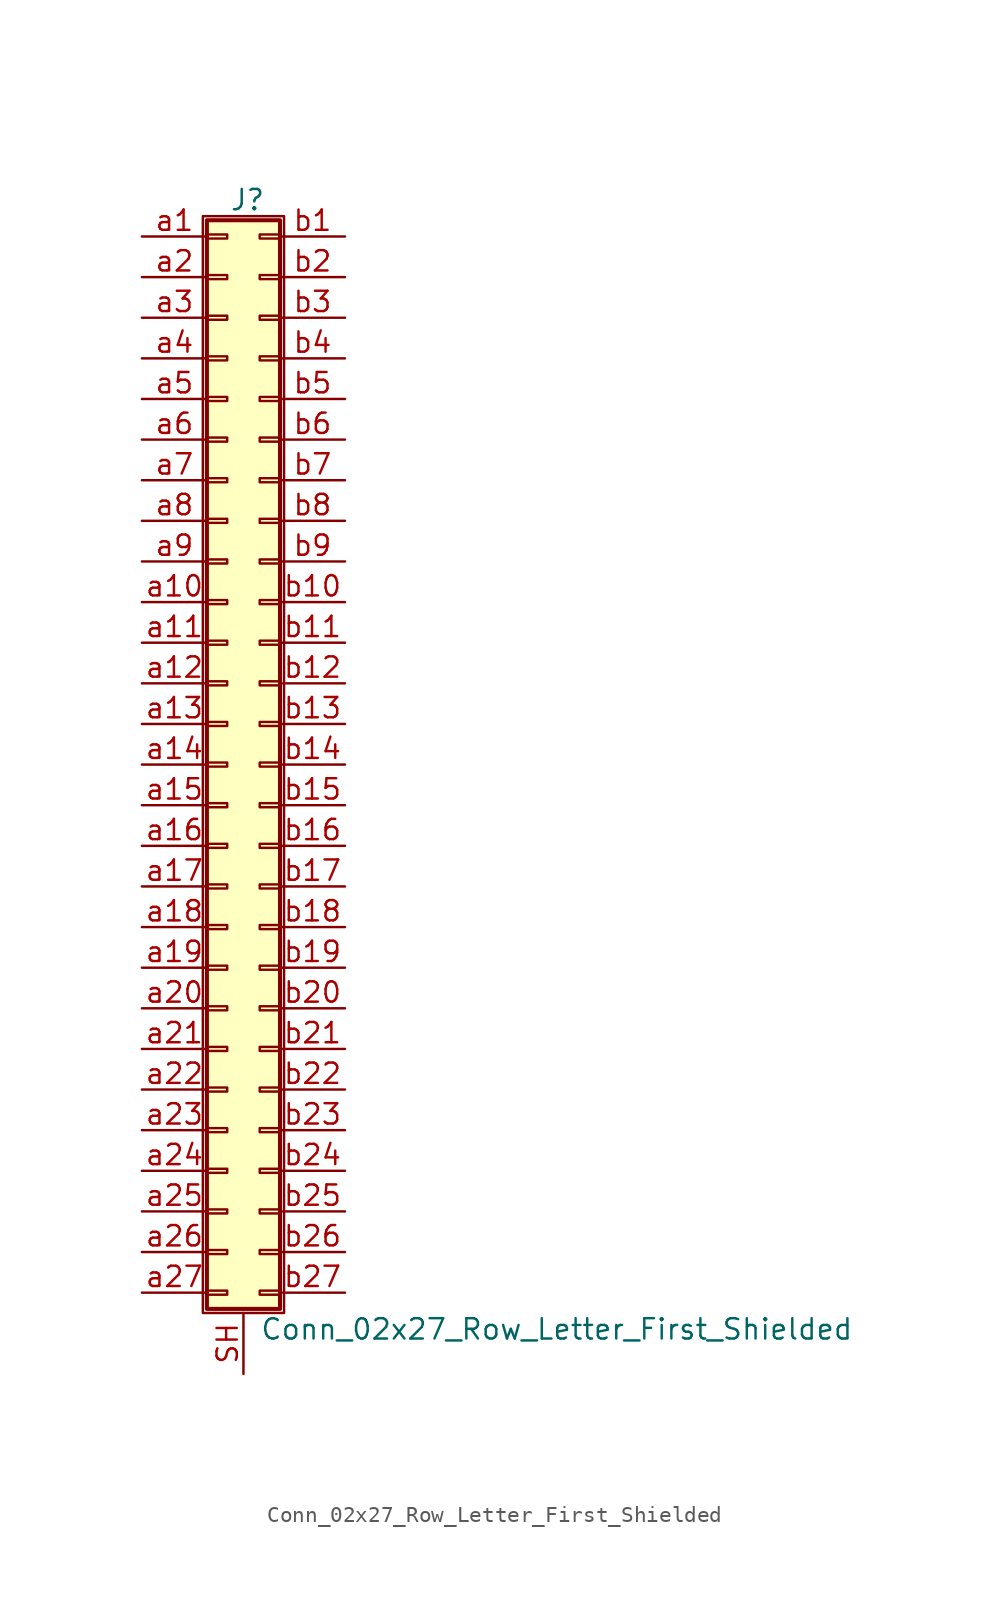
<source format=kicad_sym>
(kicad_symbol_lib
  (version 20211014)
  (generator kicad_symbol_editor)
  (symbol "Conn_02x27_Row_Letter_First_Shielded"
    (pin_names
      (offset 1.016) hide)
    (property "Reference" "J"
      (at 1.524 35.306 0)
      (effects (font (size 1.27 1.27))))
    (property "Value" "Conn_02x27_Row_Letter_First_Shielded"
      (at 2.286 -35.306 0)
      (effects (font (size 1.27 1.27)) (justify left)))
    (symbol "Conn_02x27_Row_Letter_First_Shielded_1_1"
      (rectangle (start -1.27 34.29) (end 3.81 -34.29) (stroke (width 0.152) (type default) (color 0 0 0 0)) (fill (type none)))
      (rectangle (start -1.016 -32.893) (end 0.254 -33.147) (stroke (width 0.152) (type default) (color 0 0 0 0)) (fill (type none)))
      (rectangle (start -1.016 -30.353) (end 0.254 -30.607) (stroke (width 0.152) (type default) (color 0 0 0 0)) (fill (type none)))
      (rectangle (start -1.016 -27.813) (end 0.254 -28.067) (stroke (width 0.152) (type default) (color 0 0 0 0)) (fill (type none)))
      (rectangle (start -1.016 -25.273) (end 0.254 -25.527) (stroke (width 0.152) (type default) (color 0 0 0 0)) (fill (type none)))
      (rectangle (start -1.016 -22.733) (end 0.254 -22.987) (stroke (width 0.152) (type default) (color 0 0 0 0)) (fill (type none)))
      (rectangle (start -1.016 -20.193) (end 0.254 -20.447) (stroke (width 0.152) (type default) (color 0 0 0 0)) (fill (type none)))
      (rectangle (start -1.016 -17.653) (end 0.254 -17.907) (stroke (width 0.152) (type default) (color 0 0 0 0)) (fill (type none)))
      (rectangle (start -1.016 -15.113) (end 0.254 -15.367) (stroke (width 0.152) (type default) (color 0 0 0 0)) (fill (type none)))
      (rectangle (start -1.016 -12.573) (end 0.254 -12.827) (stroke (width 0.152) (type default) (color 0 0 0 0)) (fill (type none)))
      (rectangle (start -1.016 -10.033) (end 0.254 -10.287) (stroke (width 0.152) (type default) (color 0 0 0 0)) (fill (type none)))
      (rectangle (start -1.016 -7.493) (end 0.254 -7.747) (stroke (width 0.152) (type default) (color 0 0 0 0)) (fill (type none)))
      (rectangle (start -1.016 -4.953) (end 0.254 -5.207) (stroke (width 0.152) (type default) (color 0 0 0 0)) (fill (type none)))
      (rectangle (start -1.016 -2.413) (end 0.254 -2.667) (stroke (width 0.152) (type default) (color 0 0 0 0)) (fill (type none)))
      (rectangle (start -1.016 0.127) (end 0.254 -0.127) (stroke (width 0.152) (type default) (color 0 0 0 0)) (fill (type none)))
      (rectangle (start -1.016 2.667) (end 0.254 2.413) (stroke (width 0.152) (type default) (color 0 0 0 0)) (fill (type none)))
      (rectangle (start -1.016 5.207) (end 0.254 4.953) (stroke (width 0.152) (type default) (color 0 0 0 0)) (fill (type none)))
      (rectangle (start -1.016 7.747) (end 0.254 7.493) (stroke (width 0.152) (type default) (color 0 0 0 0)) (fill (type none)))
      (rectangle (start -1.016 10.287) (end 0.254 10.033) (stroke (width 0.152) (type default) (color 0 0 0 0)) (fill (type none)))
      (rectangle (start -1.016 12.827) (end 0.254 12.573) (stroke (width 0.152) (type default) (color 0 0 0 0)) (fill (type none)))
      (rectangle (start -1.016 15.367) (end 0.254 15.113) (stroke (width 0.152) (type default) (color 0 0 0 0)) (fill (type none)))
      (rectangle (start -1.016 17.907) (end 0.254 17.653) (stroke (width 0.152) (type default) (color 0 0 0 0)) (fill (type none)))
      (rectangle (start -1.016 20.447) (end 0.254 20.193) (stroke (width 0.152) (type default) (color 0 0 0 0)) (fill (type none)))
      (rectangle (start -1.016 22.987) (end 0.254 22.733) (stroke (width 0.152) (type default) (color 0 0 0 0)) (fill (type none)))
      (rectangle (start -1.016 25.527) (end 0.254 25.273) (stroke (width 0.152) (type default) (color 0 0 0 0)) (fill (type none)))
      (rectangle (start -1.016 28.067) (end 0.254 27.813) (stroke (width 0.152) (type default) (color 0 0 0 0)) (fill (type none)))
      (rectangle (start -1.016 30.607) (end 0.254 30.353) (stroke (width 0.152) (type default) (color 0 0 0 0)) (fill (type none)))
      (rectangle (start -1.016 33.147) (end 0.254 32.893) (stroke (width 0.152) (type default) (color 0 0 0 0)) (fill (type none)))
      (rectangle (start -1.016 34.036) (end 3.556 -34.036) (stroke (width 0.254) (type default) (color 0 0 0 0)) (fill (type background)))
      (rectangle (start 3.556 -32.893) (end 2.286 -33.147) (stroke (width 0.152) (type default) (color 0 0 0 0)) (fill (type none)))
      (rectangle (start 3.556 -30.353) (end 2.286 -30.607) (stroke (width 0.152) (type default) (color 0 0 0 0)) (fill (type none)))
      (rectangle (start 3.556 -27.813) (end 2.286 -28.067) (stroke (width 0.152) (type default) (color 0 0 0 0)) (fill (type none)))
      (rectangle (start 3.556 -25.273) (end 2.286 -25.527) (stroke (width 0.152) (type default) (color 0 0 0 0)) (fill (type none)))
      (rectangle (start 3.556 -22.733) (end 2.286 -22.987) (stroke (width 0.152) (type default) (color 0 0 0 0)) (fill (type none)))
      (rectangle (start 3.556 -20.193) (end 2.286 -20.447) (stroke (width 0.152) (type default) (color 0 0 0 0)) (fill (type none)))
      (rectangle (start 3.556 -17.653) (end 2.286 -17.907) (stroke (width 0.152) (type default) (color 0 0 0 0)) (fill (type none)))
      (rectangle (start 3.556 -15.113) (end 2.286 -15.367) (stroke (width 0.152) (type default) (color 0 0 0 0)) (fill (type none)))
      (rectangle (start 3.556 -12.573) (end 2.286 -12.827) (stroke (width 0.152) (type default) (color 0 0 0 0)) (fill (type none)))
      (rectangle (start 3.556 -10.033) (end 2.286 -10.287) (stroke (width 0.152) (type default) (color 0 0 0 0)) (fill (type none)))
      (rectangle (start 3.556 -7.493) (end 2.286 -7.747) (stroke (width 0.152) (type default) (color 0 0 0 0)) (fill (type none)))
      (rectangle (start 3.556 -4.953) (end 2.286 -5.207) (stroke (width 0.152) (type default) (color 0 0 0 0)) (fill (type none)))
      (rectangle (start 3.556 -2.413) (end 2.286 -2.667) (stroke (width 0.152) (type default) (color 0 0 0 0)) (fill (type none)))
      (rectangle (start 3.556 0.127) (end 2.286 -0.127) (stroke (width 0.152) (type default) (color 0 0 0 0)) (fill (type none)))
      (rectangle (start 3.556 2.667) (end 2.286 2.413) (stroke (width 0.152) (type default) (color 0 0 0 0)) (fill (type none)))
      (rectangle (start 3.556 5.207) (end 2.286 4.953) (stroke (width 0.152) (type default) (color 0 0 0 0)) (fill (type none)))
      (rectangle (start 3.556 7.747) (end 2.286 7.493) (stroke (width 0.152) (type default) (color 0 0 0 0)) (fill (type none)))
      (rectangle (start 3.556 10.287) (end 2.286 10.033) (stroke (width 0.152) (type default) (color 0 0 0 0)) (fill (type none)))
      (rectangle (start 3.556 12.827) (end 2.286 12.573) (stroke (width 0.152) (type default) (color 0 0 0 0)) (fill (type none)))
      (rectangle (start 3.556 15.367) (end 2.286 15.113) (stroke (width 0.152) (type default) (color 0 0 0 0)) (fill (type none)))
      (rectangle (start 3.556 17.907) (end 2.286 17.653) (stroke (width 0.152) (type default) (color 0 0 0 0)) (fill (type none)))
      (rectangle (start 3.556 20.447) (end 2.286 20.193) (stroke (width 0.152) (type default) (color 0 0 0 0)) (fill (type none)))
      (rectangle (start 3.556 22.987) (end 2.286 22.733) (stroke (width 0.152) (type default) (color 0 0 0 0)) (fill (type none)))
      (rectangle (start 3.556 25.527) (end 2.286 25.273) (stroke (width 0.152) (type default) (color 0 0 0 0)) (fill (type none)))
      (rectangle (start 3.556 28.067) (end 2.286 27.813) (stroke (width 0.152) (type default) (color 0 0 0 0)) (fill (type none)))
      (rectangle (start 3.556 30.607) (end 2.286 30.353) (stroke (width 0.152) (type default) (color 0 0 0 0)) (fill (type none)))
      (rectangle (start 3.556 33.147) (end 2.286 32.893) (stroke (width 0.152) (type default) (color 0 0 0 0)) (fill (type none)))
      (pin passive line (at 1.27 -38.1 90) (length 3.81) (name "Shield" (effects (font (size 1.27 1.27)))) (number "SH" (effects (font (size 1.27 1.27)))))
      (pin passive line (at -5.08 33.02 0) (length 4.064) (name "Pin_a1" (effects (font (size 1.27 1.27)))) (number "a1" (effects (font (size 1.27 1.27)))))
      (pin passive line (at -5.08 10.16 0) (length 4.064) (name "Pin_a10" (effects (font (size 1.27 1.27)))) (number "a10" (effects (font (size 1.27 1.27)))))
      (pin passive line (at -5.08 7.62 0) (length 4.064) (name "Pin_a11" (effects (font (size 1.27 1.27)))) (number "a11" (effects (font (size 1.27 1.27)))))
      (pin passive line (at -5.08 5.08 0) (length 4.064) (name "Pin_a12" (effects (font (size 1.27 1.27)))) (number "a12" (effects (font (size 1.27 1.27)))))
      (pin passive line (at -5.08 2.54 0) (length 4.064) (name "Pin_a13" (effects (font (size 1.27 1.27)))) (number "a13" (effects (font (size 1.27 1.27)))))
      (pin passive line (at -5.08 0 0) (length 4.064) (name "Pin_a14" (effects (font (size 1.27 1.27)))) (number "a14" (effects (font (size 1.27 1.27)))))
      (pin passive line (at -5.08 -2.54 0) (length 4.064) (name "Pin_a15" (effects (font (size 1.27 1.27)))) (number "a15" (effects (font (size 1.27 1.27)))))
      (pin passive line (at -5.08 -5.08 0) (length 4.064) (name "Pin_a16" (effects (font (size 1.27 1.27)))) (number "a16" (effects (font (size 1.27 1.27)))))
      (pin passive line (at -5.08 -7.62 0) (length 4.064) (name "Pin_a17" (effects (font (size 1.27 1.27)))) (number "a17" (effects (font (size 1.27 1.27)))))
      (pin passive line (at -5.08 -10.16 0) (length 4.064) (name "Pin_a18" (effects (font (size 1.27 1.27)))) (number "a18" (effects (font (size 1.27 1.27)))))
      (pin passive line (at -5.08 -12.7 0) (length 4.064) (name "Pin_a19" (effects (font (size 1.27 1.27)))) (number "a19" (effects (font (size 1.27 1.27)))))
      (pin passive line (at -5.08 30.48 0) (length 4.064) (name "Pin_a2" (effects (font (size 1.27 1.27)))) (number "a2" (effects (font (size 1.27 1.27)))))
      (pin passive line (at -5.08 -15.24 0) (length 4.064) (name "Pin_a20" (effects (font (size 1.27 1.27)))) (number "a20" (effects (font (size 1.27 1.27)))))
      (pin passive line (at -5.08 -17.78 0) (length 4.064) (name "Pin_a21" (effects (font (size 1.27 1.27)))) (number "a21" (effects (font (size 1.27 1.27)))))
      (pin passive line (at -5.08 -20.32 0) (length 4.064) (name "Pin_a22" (effects (font (size 1.27 1.27)))) (number "a22" (effects (font (size 1.27 1.27)))))
      (pin passive line (at -5.08 -22.86 0) (length 4.064) (name "Pin_a23" (effects (font (size 1.27 1.27)))) (number "a23" (effects (font (size 1.27 1.27)))))
      (pin passive line (at -5.08 -25.4 0) (length 4.064) (name "Pin_a24" (effects (font (size 1.27 1.27)))) (number "a24" (effects (font (size 1.27 1.27)))))
      (pin passive line (at -5.08 -27.94 0) (length 4.064) (name "Pin_a25" (effects (font (size 1.27 1.27)))) (number "a25" (effects (font (size 1.27 1.27)))))
      (pin passive line (at -5.08 -30.48 0) (length 4.064) (name "Pin_a26" (effects (font (size 1.27 1.27)))) (number "a26" (effects (font (size 1.27 1.27)))))
      (pin passive line (at -5.08 -33.02 0) (length 4.064) (name "Pin_a27" (effects (font (size 1.27 1.27)))) (number "a27" (effects (font (size 1.27 1.27)))))
      (pin passive line (at -5.08 27.94 0) (length 4.064) (name "Pin_a3" (effects (font (size 1.27 1.27)))) (number "a3" (effects (font (size 1.27 1.27)))))
      (pin passive line (at -5.08 25.4 0) (length 4.064) (name "Pin_a4" (effects (font (size 1.27 1.27)))) (number "a4" (effects (font (size 1.27 1.27)))))
      (pin passive line (at -5.08 22.86 0) (length 4.064) (name "Pin_a5" (effects (font (size 1.27 1.27)))) (number "a5" (effects (font (size 1.27 1.27)))))
      (pin passive line (at -5.08 20.32 0) (length 4.064) (name "Pin_a6" (effects (font (size 1.27 1.27)))) (number "a6" (effects (font (size 1.27 1.27)))))
      (pin passive line (at -5.08 17.78 0) (length 4.064) (name "Pin_a7" (effects (font (size 1.27 1.27)))) (number "a7" (effects (font (size 1.27 1.27)))))
      (pin passive line (at -5.08 15.24 0) (length 4.064) (name "Pin_a8" (effects (font (size 1.27 1.27)))) (number "a8" (effects (font (size 1.27 1.27)))))
      (pin passive line (at -5.08 12.7 0) (length 4.064) (name "Pin_a9" (effects (font (size 1.27 1.27)))) (number "a9" (effects (font (size 1.27 1.27)))))
      (pin passive line (at 7.62 33.02 180) (length 4.064) (name "Pin_b1" (effects (font (size 1.27 1.27)))) (number "b1" (effects (font (size 1.27 1.27)))))
      (pin passive line (at 7.62 10.16 180) (length 4.064) (name "Pin_b10" (effects (font (size 1.27 1.27)))) (number "b10" (effects (font (size 1.27 1.27)))))
      (pin passive line (at 7.62 7.62 180) (length 4.064) (name "Pin_b11" (effects (font (size 1.27 1.27)))) (number "b11" (effects (font (size 1.27 1.27)))))
      (pin passive line (at 7.62 5.08 180) (length 4.064) (name "Pin_b12" (effects (font (size 1.27 1.27)))) (number "b12" (effects (font (size 1.27 1.27)))))
      (pin passive line (at 7.62 2.54 180) (length 4.064) (name "Pin_b13" (effects (font (size 1.27 1.27)))) (number "b13" (effects (font (size 1.27 1.27)))))
      (pin passive line (at 7.62 0 180) (length 4.064) (name "Pin_b14" (effects (font (size 1.27 1.27)))) (number "b14" (effects (font (size 1.27 1.27)))))
      (pin passive line (at 7.62 -2.54 180) (length 4.064) (name "Pin_b15" (effects (font (size 1.27 1.27)))) (number "b15" (effects (font (size 1.27 1.27)))))
      (pin passive line (at 7.62 -5.08 180) (length 4.064) (name "Pin_b16" (effects (font (size 1.27 1.27)))) (number "b16" (effects (font (size 1.27 1.27)))))
      (pin passive line (at 7.62 -7.62 180) (length 4.064) (name "Pin_b17" (effects (font (size 1.27 1.27)))) (number "b17" (effects (font (size 1.27 1.27)))))
      (pin passive line (at 7.62 -10.16 180) (length 4.064) (name "Pin_b18" (effects (font (size 1.27 1.27)))) (number "b18" (effects (font (size 1.27 1.27)))))
      (pin passive line (at 7.62 -12.7 180) (length 4.064) (name "Pin_b19" (effects (font (size 1.27 1.27)))) (number "b19" (effects (font (size 1.27 1.27)))))
      (pin passive line (at 7.62 30.48 180) (length 4.064) (name "Pin_b2" (effects (font (size 1.27 1.27)))) (number "b2" (effects (font (size 1.27 1.27)))))
      (pin passive line (at 7.62 -15.24 180) (length 4.064) (name "Pin_b20" (effects (font (size 1.27 1.27)))) (number "b20" (effects (font (size 1.27 1.27)))))
      (pin passive line (at 7.62 -17.78 180) (length 4.064) (name "Pin_b21" (effects (font (size 1.27 1.27)))) (number "b21" (effects (font (size 1.27 1.27)))))
      (pin passive line (at 7.62 -20.32 180) (length 4.064) (name "Pin_b22" (effects (font (size 1.27 1.27)))) (number "b22" (effects (font (size 1.27 1.27)))))
      (pin passive line (at 7.62 -22.86 180) (length 4.064) (name "Pin_b23" (effects (font (size 1.27 1.27)))) (number "b23" (effects (font (size 1.27 1.27)))))
      (pin passive line (at 7.62 -25.4 180) (length 4.064) (name "Pin_b24" (effects (font (size 1.27 1.27)))) (number "b24" (effects (font (size 1.27 1.27)))))
      (pin passive line (at 7.62 -27.94 180) (length 4.064) (name "Pin_b25" (effects (font (size 1.27 1.27)))) (number "b25" (effects (font (size 1.27 1.27)))))
      (pin passive line (at 7.62 -30.48 180) (length 4.064) (name "Pin_b26" (effects (font (size 1.27 1.27)))) (number "b26" (effects (font (size 1.27 1.27)))))
      (pin passive line (at 7.62 -33.02 180) (length 4.064) (name "Pin_b27" (effects (font (size 1.27 1.27)))) (number "b27" (effects (font (size 1.27 1.27)))))
      (pin passive line (at 7.62 27.94 180) (length 4.064) (name "Pin_b3" (effects (font (size 1.27 1.27)))) (number "b3" (effects (font (size 1.27 1.27)))))
      (pin passive line (at 7.62 25.4 180) (length 4.064) (name "Pin_b4" (effects (font (size 1.27 1.27)))) (number "b4" (effects (font (size 1.27 1.27)))))
      (pin passive line (at 7.62 22.86 180) (length 4.064) (name "Pin_b5" (effects (font (size 1.27 1.27)))) (number "b5" (effects (font (size 1.27 1.27)))))
      (pin passive line (at 7.62 20.32 180) (length 4.064) (name "Pin_b6" (effects (font (size 1.27 1.27)))) (number "b6" (effects (font (size 1.27 1.27)))))
      (pin passive line (at 7.62 17.78 180) (length 4.064) (name "Pin_b7" (effects (font (size 1.27 1.27)))) (number "b7" (effects (font (size 1.27 1.27)))))
      (pin passive line (at 7.62 15.24 180) (length 4.064) (name "Pin_b8" (effects (font (size 1.27 1.27)))) (number "b8" (effects (font (size 1.27 1.27)))))
      (pin passive line (at 7.62 12.7 180) (length 4.064) (name "Pin_b9" (effects (font (size 1.27 1.27)))) (number "b9" (effects (font (size 1.27 1.27))))))))
</source>
